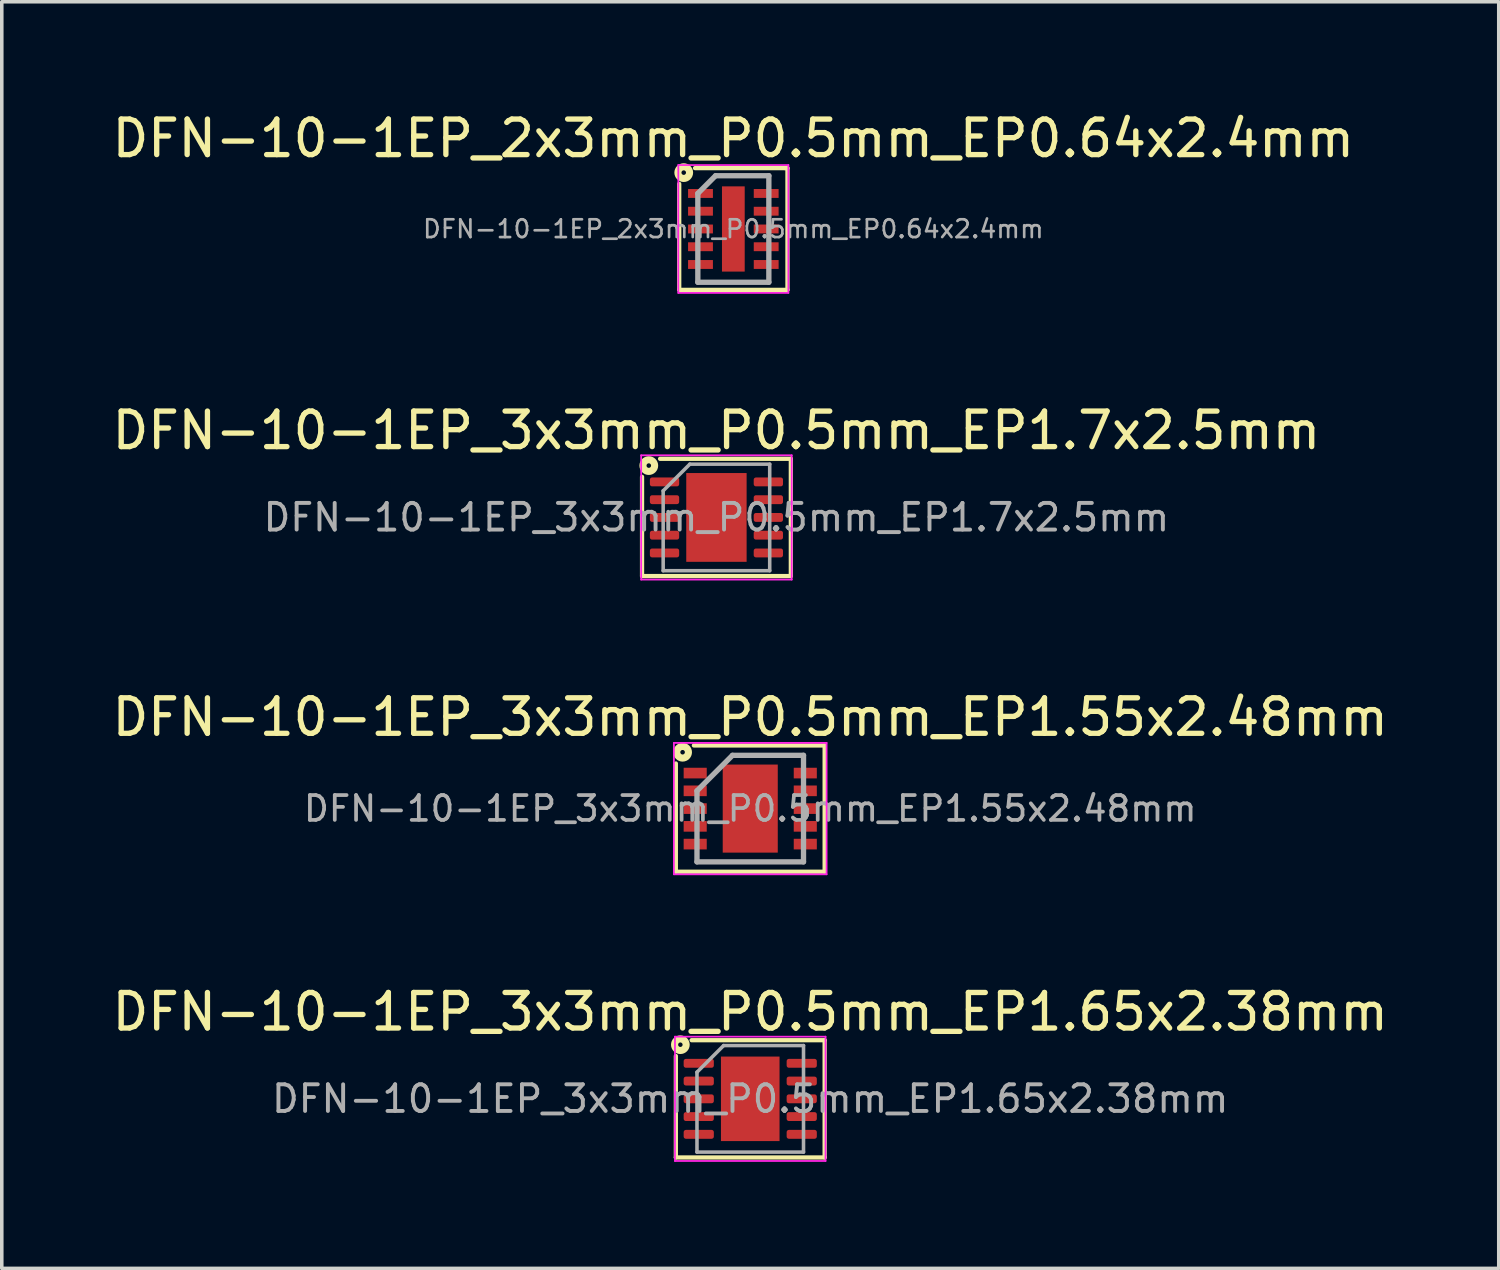
<source format=kicad_pcb>
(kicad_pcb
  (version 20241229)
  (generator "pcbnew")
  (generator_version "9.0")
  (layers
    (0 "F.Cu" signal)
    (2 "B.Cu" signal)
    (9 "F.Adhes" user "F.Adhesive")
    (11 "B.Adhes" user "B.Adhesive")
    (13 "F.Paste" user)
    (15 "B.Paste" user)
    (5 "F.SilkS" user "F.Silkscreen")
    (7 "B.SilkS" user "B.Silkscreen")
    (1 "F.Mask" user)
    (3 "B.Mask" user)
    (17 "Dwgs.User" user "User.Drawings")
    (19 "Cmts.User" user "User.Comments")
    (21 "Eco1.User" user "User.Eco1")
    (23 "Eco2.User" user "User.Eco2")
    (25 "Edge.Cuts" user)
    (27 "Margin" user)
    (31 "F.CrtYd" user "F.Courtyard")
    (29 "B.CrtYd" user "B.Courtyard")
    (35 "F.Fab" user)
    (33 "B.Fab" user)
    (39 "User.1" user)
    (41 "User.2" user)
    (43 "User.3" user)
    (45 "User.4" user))
  (footprint "DFN-10-1EP_3x3mm_P0.5mm_EP1.7x2.5mm"
    (layer "F.Cu")
    (at 17.125 11.521)
    (property "Reference" "DFN-10-1EP_3x3mm_P0.5mm_EP1.7x2.5mm" (at 0 -2.45 0) (layer "F.SilkS") (effects (font (size 1 1) (thickness 0.15))))
    (attr smd)
    (fp_line (start -2.095 1.651) (end -2.095 -1.143) (stroke (width 0.12) (type solid)) (layer "F.SilkS"))
    (fp_line (start -1.587 -1.651) (end 2.095 -1.651) (stroke (width 0.12) (type solid)) (layer "F.SilkS"))
    (fp_line (start 2.095 -1.651) (end 2.095 1.651) (stroke (width 0.12) (type solid)) (layer "F.SilkS"))
    (fp_line (start 2.095 1.651) (end -2.095 1.651) (stroke (width 0.12) (type solid)) (layer "F.SilkS"))
    (fp_circle (center -1.905 -1.46) (end -1.841 -1.46) (stroke (width 0.2) (type solid)) (fill no) (layer "F.SilkS"))
    (fp_line (start -2.12 -1.75) (end -2.12 1.75) (stroke (width 0.05) (type solid)) (layer "F.CrtYd"))
    (fp_line (start -2.12 1.75) (end 2.12 1.75) (stroke (width 0.05) (type solid)) (layer "F.CrtYd"))
    (fp_line (start 2.12 -1.75) (end -2.12 -1.75) (stroke (width 0.05) (type solid)) (layer "F.CrtYd"))
    (fp_line (start 2.12 1.75) (end 2.12 -1.75) (stroke (width 0.05) (type solid)) (layer "F.CrtYd"))
    (fp_line (start -1.5 -0.75) (end -0.75 -1.5) (stroke (width 0.1) (type solid)) (layer "F.Fab"))
    (fp_line (start -1.5 1.5) (end -1.5 -0.75) (stroke (width 0.1) (type solid)) (layer "F.Fab"))
    (fp_line (start -0.75 -1.5) (end 1.5 -1.5) (stroke (width 0.1) (type solid)) (layer "F.Fab"))
    (fp_line (start 1.5 -1.5) (end 1.5 1.5) (stroke (width 0.1) (type solid)) (layer "F.Fab"))
    (fp_line (start 1.5 1.5) (end -1.5 1.5) (stroke (width 0.1) (type solid)) (layer "F.Fab"))
    (fp_text user "${REFERENCE}" (at 0 0 0) (layer "F.Fab") (effects (font (size 0.75 0.75) (thickness 0.11))))
    (pad "" smd roundrect (at -0.425 -0.625) (size 0.69 1.01) (layers "F.Paste") (roundrect_rratio 0.25))
    (pad "" smd roundrect (at -0.425 0.625) (size 0.69 1.01) (layers "F.Paste") (roundrect_rratio 0.25))
    (pad "" smd roundrect (at 0.425 -0.625) (size 0.69 1.01) (layers "F.Paste") (roundrect_rratio 0.25))
    (pad "" smd roundrect (at 0.425 0.625) (size 0.69 1.01) (layers "F.Paste") (roundrect_rratio 0.25))
    (pad "1" smd roundrect (at -1.462 -1) (size 0.825 0.25) (layers "F.Cu" "F.Mask" "F.Paste") (roundrect_rratio 0.25))
    (pad "2" smd roundrect (at -1.462 -0.5) (size 0.825 0.25) (layers "F.Cu" "F.Mask" "F.Paste") (roundrect_rratio 0.25))
    (pad "3" smd roundrect (at -1.462 0) (size 0.825 0.25) (layers "F.Cu" "F.Mask" "F.Paste") (roundrect_rratio 0.25))
    (pad "4" smd roundrect (at -1.462 0.5) (size 0.825 0.25) (layers "F.Cu" "F.Mask" "F.Paste") (roundrect_rratio 0.25))
    (pad "5" smd roundrect (at -1.462 1) (size 0.825 0.25) (layers "F.Cu" "F.Mask" "F.Paste") (roundrect_rratio 0.25))
    (pad "6" smd roundrect (at 1.462 1) (size 0.825 0.25) (layers "F.Cu" "F.Mask" "F.Paste") (roundrect_rratio 0.25))
    (pad "7" smd roundrect (at 1.462 0.5) (size 0.825 0.25) (layers "F.Cu" "F.Mask" "F.Paste") (roundrect_rratio 0.25))
    (pad "8" smd roundrect (at 1.462 0) (size 0.825 0.25) (layers "F.Cu" "F.Mask" "F.Paste") (roundrect_rratio 0.25))
    (pad "9" smd roundrect (at 1.462 -0.5) (size 0.825 0.25) (layers "F.Cu" "F.Mask" "F.Paste") (roundrect_rratio 0.25))
    (pad "10" smd roundrect (at 1.462 -1) (size 0.825 0.25) (layers "F.Cu" "F.Mask" "F.Paste") (roundrect_rratio 0.25))
    (pad "11" smd rect (at 0 0) (size 1.7 2.5) (layers "F.Cu" "F.Mask")))
  (footprint "DFN-10-1EP_3x3mm_P0.5mm_EP1.65x2.38mm"
    (layer "F.Cu")
    (at 18.077 27.893)
    (property "Reference" "DFN-10-1EP_3x3mm_P0.5mm_EP1.65x2.38mm" (at 0 -2.45 0) (layer "F.SilkS") (effects (font (size 1 1) (thickness 0.15))))
    (attr smd)
    (fp_line (start -2.095 1.651) (end -2.095 -1.206) (stroke (width 0.12) (type solid)) (layer "F.SilkS"))
    (fp_line (start -1.651 -1.651) (end 2.095 -1.651) (stroke (width 0.12) (type solid)) (layer "F.SilkS"))
    (fp_line (start 2.095 -1.651) (end 2.095 1.651) (stroke (width 0.12) (type solid)) (layer "F.SilkS"))
    (fp_line (start 2.095 1.651) (end -2.095 1.651) (stroke (width 0.12) (type solid)) (layer "F.SilkS"))
    (fp_circle (center -1.968 -1.524) (end -1.905 -1.524) (stroke (width 0.2) (type solid)) (fill no) (layer "F.SilkS"))
    (fp_line (start -2.12 -1.75) (end -2.12 1.75) (stroke (width 0.05) (type solid)) (layer "F.CrtYd"))
    (fp_line (start -2.12 1.75) (end 2.12 1.75) (stroke (width 0.05) (type solid)) (layer "F.CrtYd"))
    (fp_line (start 2.12 -1.75) (end -2.12 -1.75) (stroke (width 0.05) (type solid)) (layer "F.CrtYd"))
    (fp_line (start 2.12 1.75) (end 2.12 -1.75) (stroke (width 0.05) (type solid)) (layer "F.CrtYd"))
    (fp_line (start -1.5 -0.75) (end -0.75 -1.5) (stroke (width 0.1) (type solid)) (layer "F.Fab"))
    (fp_line (start -1.5 1.5) (end -1.5 -0.75) (stroke (width 0.1) (type solid)) (layer "F.Fab"))
    (fp_line (start -0.75 -1.5) (end 1.5 -1.5) (stroke (width 0.1) (type solid)) (layer "F.Fab"))
    (fp_line (start 1.5 -1.5) (end 1.5 1.5) (stroke (width 0.1) (type solid)) (layer "F.Fab"))
    (fp_line (start 1.5 1.5) (end -1.5 1.5) (stroke (width 0.1) (type solid)) (layer "F.Fab"))
    (fp_text user "${REFERENCE}" (at 0 0 0) (layer "F.Fab") (effects (font (size 0.75 0.75) (thickness 0.11))))
    (pad "" smd roundrect (at -0.41 -0.595) (size 0.67 0.96) (layers "F.Paste") (roundrect_rratio 0.25))
    (pad "" smd roundrect (at -0.41 0.595) (size 0.67 0.96) (layers "F.Paste") (roundrect_rratio 0.25))
    (pad "" smd roundrect (at 0.41 -0.595) (size 0.67 0.96) (layers "F.Paste") (roundrect_rratio 0.25))
    (pad "" smd roundrect (at 0.41 0.595) (size 0.67 0.96) (layers "F.Paste") (roundrect_rratio 0.25))
    (pad "1" smd roundrect (at -1.45 -1) (size 0.85 0.25) (layers "F.Cu" "F.Mask" "F.Paste") (roundrect_rratio 0.25))
    (pad "2" smd roundrect (at -1.45 -0.5) (size 0.85 0.25) (layers "F.Cu" "F.Mask" "F.Paste") (roundrect_rratio 0.25))
    (pad "3" smd roundrect (at -1.45 0) (size 0.85 0.25) (layers "F.Cu" "F.Mask" "F.Paste") (roundrect_rratio 0.25))
    (pad "4" smd roundrect (at -1.45 0.5) (size 0.85 0.25) (layers "F.Cu" "F.Mask" "F.Paste") (roundrect_rratio 0.25))
    (pad "5" smd roundrect (at -1.45 1) (size 0.85 0.25) (layers "F.Cu" "F.Mask" "F.Paste") (roundrect_rratio 0.25))
    (pad "6" smd roundrect (at 1.45 1) (size 0.85 0.25) (layers "F.Cu" "F.Mask" "F.Paste") (roundrect_rratio 0.25))
    (pad "7" smd roundrect (at 1.45 0.5) (size 0.85 0.25) (layers "F.Cu" "F.Mask" "F.Paste") (roundrect_rratio 0.25))
    (pad "8" smd roundrect (at 1.45 0) (size 0.85 0.25) (layers "F.Cu" "F.Mask" "F.Paste") (roundrect_rratio 0.25))
    (pad "9" smd roundrect (at 1.45 -0.5) (size 0.85 0.25) (layers "F.Cu" "F.Mask" "F.Paste") (roundrect_rratio 0.25))
    (pad "10" smd roundrect (at 1.45 -1) (size 0.85 0.25) (layers "F.Cu" "F.Mask" "F.Paste") (roundrect_rratio 0.25))
    (pad "11" smd rect (at 0 0) (size 1.65 2.38) (layers "F.Cu" "F.Mask")))
  (footprint "DFN-10-1EP_2x3mm_P0.5mm_EP0.64x2.4mm"
    (layer "F.Cu")
    (at 17.601 3.398)
    (property "Reference" "DFN-10-1EP_2x3mm_P0.5mm_EP0.64x2.4mm" (at 0 -2.55 0) (layer "F.SilkS") (effects (font (size 1 1) (thickness 0.15))))
    (attr smd)
    (fp_line (start -1.524 1.714) (end -1.524 -1.27) (stroke (width 0.12) (type solid)) (layer "F.SilkS"))
    (fp_line (start -1.079 -1.714) (end 1.46 -1.714) (stroke (width 0.12) (type solid)) (layer "F.SilkS"))
    (fp_line (start 1.46 -1.714) (end 1.524 -1.714) (stroke (width 0.12) (type solid)) (layer "F.SilkS"))
    (fp_line (start 1.524 -1.714) (end 1.524 1.714) (stroke (width 0.12) (type solid)) (layer "F.SilkS"))
    (fp_line (start 1.524 1.714) (end -1.524 1.714) (stroke (width 0.12) (type solid)) (layer "F.SilkS"))
    (fp_circle (center -1.397 -1.587) (end -1.333 -1.587) (stroke (width 0.2) (type solid)) (fill no) (layer "F.SilkS"))
    (fp_line (start -1.55 -1.8) (end -1.55 1.8) (stroke (width 0.05) (type solid)) (layer "F.CrtYd"))
    (fp_line (start -1.55 -1.8) (end 1.55 -1.8) (stroke (width 0.05) (type solid)) (layer "F.CrtYd"))
    (fp_line (start -1.55 1.8) (end 1.55 1.8) (stroke (width 0.05) (type solid)) (layer "F.CrtYd"))
    (fp_line (start 1.55 -1.8) (end 1.55 1.8) (stroke (width 0.05) (type solid)) (layer "F.CrtYd"))
    (fp_line (start -1 -1) (end -0.5 -1.5) (stroke (width 0.15) (type solid)) (layer "F.Fab"))
    (fp_line (start -1 1.5) (end -1 -1) (stroke (width 0.15) (type solid)) (layer "F.Fab"))
    (fp_line (start -0.5 -1.5) (end 1 -1.5) (stroke (width 0.15) (type solid)) (layer "F.Fab"))
    (fp_line (start 1 -1.5) (end 1 1.5) (stroke (width 0.15) (type solid)) (layer "F.Fab"))
    (fp_line (start 1 1.5) (end -1 1.5) (stroke (width 0.15) (type solid)) (layer "F.Fab"))
    (fp_text user "${REFERENCE}" (at 0 0 0) (layer "F.Fab") (effects (font (size 0.5 0.5) (thickness 0.075))))
    (pad "" smd rect (at 0 -0.6) (size 0.5 1) (layers "F.Paste"))
    (pad "" smd rect (at 0 0.6) (size 0.5 1) (layers "F.Paste"))
    (pad "1" smd rect (at -0.925 -1) (size 0.7 0.25) (layers "F.Cu" "F.Mask" "F.Paste"))
    (pad "2" smd rect (at -0.925 -0.5) (size 0.7 0.25) (layers "F.Cu" "F.Mask" "F.Paste"))
    (pad "3" smd rect (at -0.925 0) (size 0.7 0.25) (layers "F.Cu" "F.Mask" "F.Paste"))
    (pad "4" smd rect (at -0.925 0.5) (size 0.7 0.25) (layers "F.Cu" "F.Mask" "F.Paste"))
    (pad "5" smd rect (at -0.925 1) (size 0.7 0.25) (layers "F.Cu" "F.Mask" "F.Paste"))
    (pad "6" smd rect (at 0.925 1) (size 0.7 0.25) (layers "F.Cu" "F.Mask" "F.Paste"))
    (pad "7" smd rect (at 0.925 0.5) (size 0.7 0.25) (layers "F.Cu" "F.Mask" "F.Paste"))
    (pad "8" smd rect (at 0.925 0) (size 0.7 0.25) (layers "F.Cu" "F.Mask" "F.Paste"))
    (pad "9" smd rect (at 0.925 -0.5) (size 0.7 0.25) (layers "F.Cu" "F.Mask" "F.Paste"))
    (pad "10" smd rect (at 0.925 -1) (size 0.7 0.25) (layers "F.Cu" "F.Mask" "F.Paste"))
    (pad "11" smd rect (at 0 0) (size 0.64 2.4) (layers "F.Cu" "F.Mask")))
  (footprint "DFN-10-1EP_3x3mm_P0.5mm_EP1.55x2.48mm"
    (layer "F.Cu")
    (at 18.077 19.72)
    (property "Reference" "DFN-10-1EP_3x3mm_P0.5mm_EP1.55x2.48mm" (at 0 -2.575 0) (layer "F.SilkS") (effects (font (size 1 1) (thickness 0.15))))
    (attr smd)
    (fp_line (start -2.095 1.778) (end -2.095 -1.27) (stroke (width 0.12) (type solid)) (layer "F.SilkS"))
    (fp_line (start -1.587 -1.778) (end 2.095 -1.778) (stroke (width 0.12) (type solid)) (layer "F.SilkS"))
    (fp_line (start 2.095 -1.778) (end 2.095 1.778) (stroke (width 0.12) (type solid)) (layer "F.SilkS"))
    (fp_line (start 2.095 1.778) (end -2.095 1.778) (stroke (width 0.12) (type solid)) (layer "F.SilkS"))
    (fp_circle (center -1.905 -1.587) (end -1.841 -1.587) (stroke (width 0.2) (type solid)) (fill no) (layer "F.SilkS"))
    (fp_line (start -2.15 -1.85) (end -2.15 1.85) (stroke (width 0.05) (type solid)) (layer "F.CrtYd"))
    (fp_line (start -2.15 -1.85) (end 2.15 -1.85) (stroke (width 0.05) (type solid)) (layer "F.CrtYd"))
    (fp_line (start -2.15 1.85) (end 2.15 1.85) (stroke (width 0.05) (type solid)) (layer "F.CrtYd"))
    (fp_line (start 2.15 -1.85) (end 2.15 1.85) (stroke (width 0.05) (type solid)) (layer "F.CrtYd"))
    (fp_line (start -1.5 -0.5) (end -0.5 -1.5) (stroke (width 0.15) (type solid)) (layer "F.Fab"))
    (fp_line (start -1.5 1.5) (end -1.5 -0.5) (stroke (width 0.15) (type solid)) (layer "F.Fab"))
    (fp_line (start -0.5 -1.5) (end 1.5 -1.5) (stroke (width 0.15) (type solid)) (layer "F.Fab"))
    (fp_line (start 1.5 -1.5) (end 1.5 1.5) (stroke (width 0.15) (type solid)) (layer "F.Fab"))
    (fp_line (start 1.5 1.5) (end -1.5 1.5) (stroke (width 0.15) (type solid)) (layer "F.Fab"))
    (fp_text user "${REFERENCE}" (at 0 0 0) (layer "F.Fab") (effects (font (size 0.7 0.7) (thickness 0.105))))
    (pad "" smd rect (at -0.388 -0.62) (size 0.6 1.05) (layers "F.Paste"))
    (pad "" smd rect (at -0.388 0.62) (size 0.6 1.05) (layers "F.Paste"))
    (pad "" smd rect (at 0.388 -0.62) (size 0.6 1.05) (layers "F.Paste"))
    (pad "" smd rect (at 0.388 0.62) (size 0.6 1.05) (layers "F.Paste"))
    (pad "1" smd rect (at -1.55 -1) (size 0.65 0.3) (layers "F.Cu" "F.Mask" "F.Paste"))
    (pad "2" smd rect (at -1.55 -0.5) (size 0.65 0.3) (layers "F.Cu" "F.Mask" "F.Paste"))
    (pad "3" smd rect (at -1.55 0) (size 0.65 0.3) (layers "F.Cu" "F.Mask" "F.Paste"))
    (pad "4" smd rect (at -1.55 0.5) (size 0.65 0.3) (layers "F.Cu" "F.Mask" "F.Paste"))
    (pad "5" smd rect (at -1.55 1) (size 0.65 0.3) (layers "F.Cu" "F.Mask" "F.Paste"))
    (pad "6" smd rect (at 1.55 1) (size 0.65 0.3) (layers "F.Cu" "F.Mask" "F.Paste"))
    (pad "7" smd rect (at 1.55 0.5) (size 0.65 0.3) (layers "F.Cu" "F.Mask" "F.Paste"))
    (pad "8" smd rect (at 1.55 0) (size 0.65 0.3) (layers "F.Cu" "F.Mask" "F.Paste"))
    (pad "9" smd rect (at 1.55 -0.5) (size 0.65 0.3) (layers "F.Cu" "F.Mask" "F.Paste"))
    (pad "10" smd rect (at 1.55 -1) (size 0.65 0.3) (layers "F.Cu" "F.Mask" "F.Paste"))
    (pad "11" smd rect (at 0 0) (size 1.55 2.48) (layers "F.Cu" "F.Mask")))
  (gr_rect
    (start -3 -3)
    (end 39.155 32.668)
    (stroke (width 0.1) (type default))
    (fill no)
    (layer "Edge.Cuts")))
</source>
